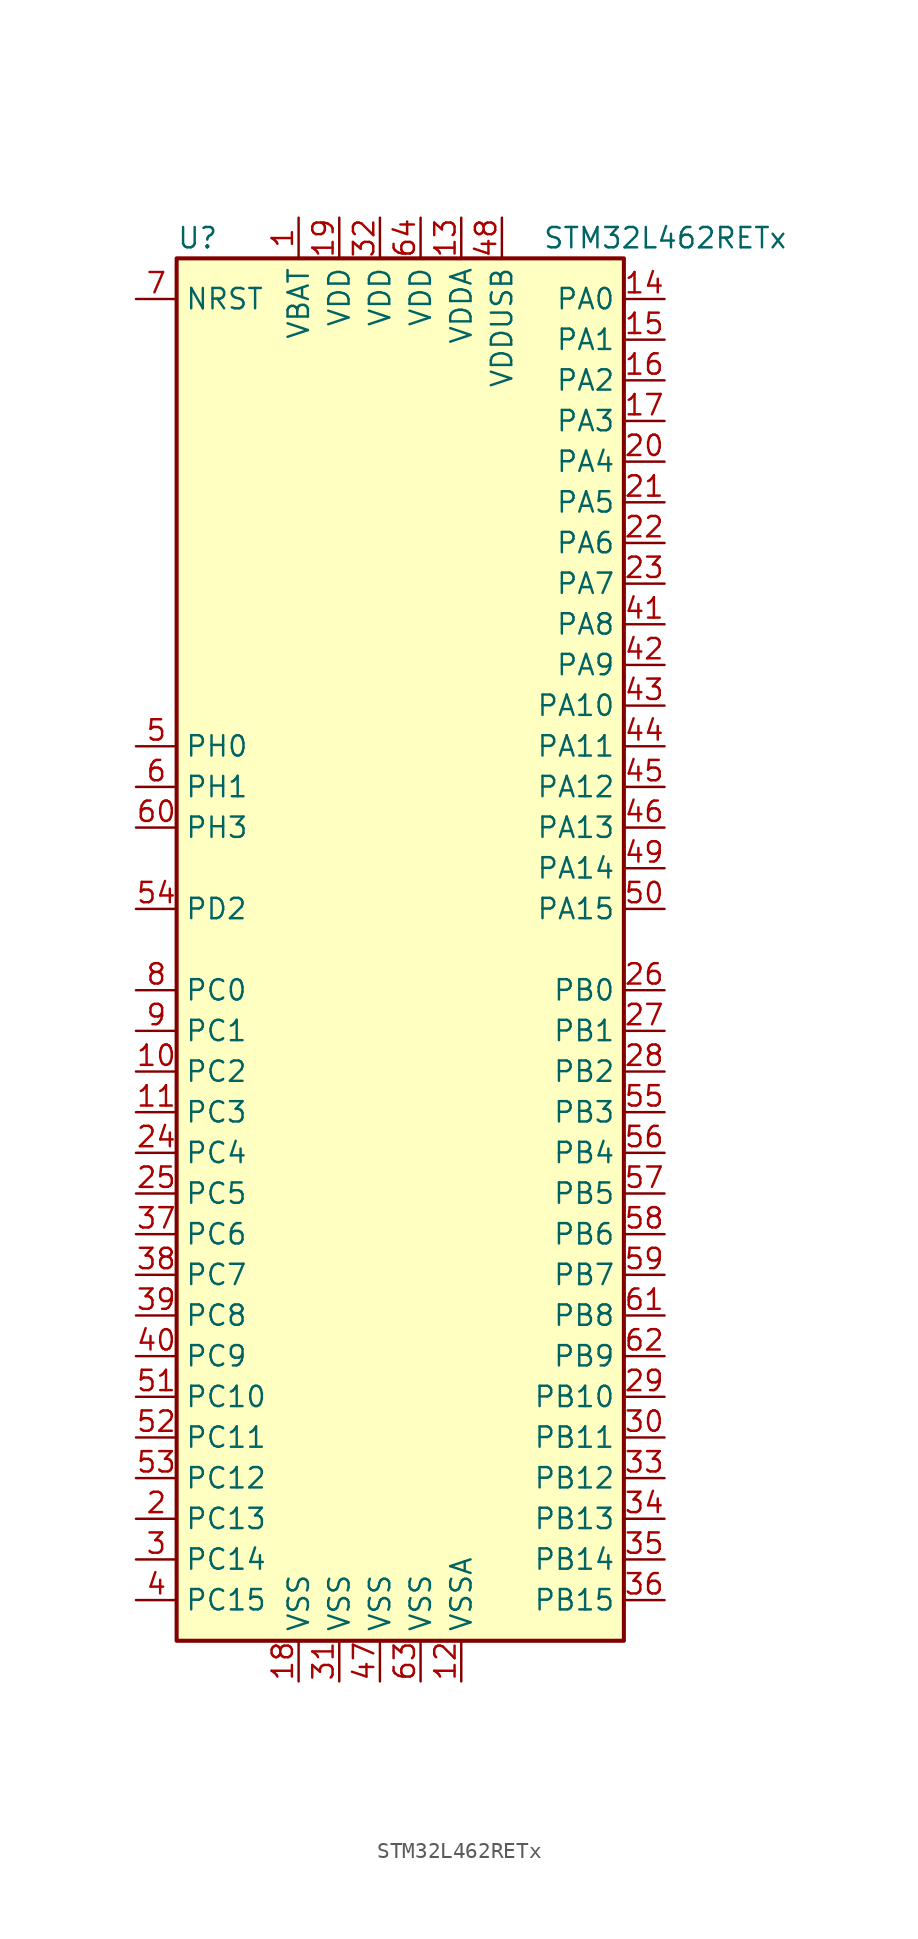
<source format=kicad_sym>
(kicad_symbol_lib
  (version 20201005)
  (generator kicad_symbol_editor)
  (symbol "STM32L462RETx"
    (property "Reference" "U"
      (at -15.24 44.45 0)
      (effects (font (size 1.27 1.27)) (justify left)))
    (property "Value" "STM32L462RETx"
      (at 7.62 44.45 0)
      (effects (font (size 1.27 1.27)) (justify left)))
    (symbol "STM32L462RETx_0_1"
      (rectangle (start -15.24 -43.18) (end 12.7 43.18) (stroke (width 0.254)) (fill (type background))))
    (symbol "STM32L462RETx_1_1"
      (pin power_in line (at -7.62 45.72 270) (length 2.54) (name "VBAT" (effects (font (size 1.27 1.27)))) (number "1" (effects (font (size 1.27 1.27)))))
      (pin bidirectional line (at -17.78 -7.62 0) (length 2.54) (name "PC2" (effects (font (size 1.27 1.27)))) (number "10" (effects (font (size 1.27 1.27)))))
      (pin bidirectional line (at -17.78 -10.16 0) (length 2.54) (name "PC3" (effects (font (size 1.27 1.27)))) (number "11" (effects (font (size 1.27 1.27)))))
      (pin power_in line (at 2.54 -45.72 90) (length 2.54) (name "VSSA" (effects (font (size 1.27 1.27)))) (number "12" (effects (font (size 1.27 1.27)))))
      (pin power_in line (at 2.54 45.72 270) (length 2.54) (name "VDDA" (effects (font (size 1.27 1.27)))) (number "13" (effects (font (size 1.27 1.27)))))
      (pin bidirectional line (at 15.24 40.64 180) (length 2.54) (name "PA0" (effects (font (size 1.27 1.27)))) (number "14" (effects (font (size 1.27 1.27)))))
      (pin bidirectional line (at 15.24 38.1 180) (length 2.54) (name "PA1" (effects (font (size 1.27 1.27)))) (number "15" (effects (font (size 1.27 1.27)))))
      (pin bidirectional line (at 15.24 35.56 180) (length 2.54) (name "PA2" (effects (font (size 1.27 1.27)))) (number "16" (effects (font (size 1.27 1.27)))))
      (pin bidirectional line (at 15.24 33.02 180) (length 2.54) (name "PA3" (effects (font (size 1.27 1.27)))) (number "17" (effects (font (size 1.27 1.27)))))
      (pin power_in line (at -7.62 -45.72 90) (length 2.54) (name "VSS" (effects (font (size 1.27 1.27)))) (number "18" (effects (font (size 1.27 1.27)))))
      (pin power_in line (at -5.08 45.72 270) (length 2.54) (name "VDD" (effects (font (size 1.27 1.27)))) (number "19" (effects (font (size 1.27 1.27)))))
      (pin bidirectional line (at -17.78 -35.56 0) (length 2.54) (name "PC13" (effects (font (size 1.27 1.27)))) (number "2" (effects (font (size 1.27 1.27)))))
      (pin bidirectional line (at 15.24 30.48 180) (length 2.54) (name "PA4" (effects (font (size 1.27 1.27)))) (number "20" (effects (font (size 1.27 1.27)))))
      (pin bidirectional line (at 15.24 27.94 180) (length 2.54) (name "PA5" (effects (font (size 1.27 1.27)))) (number "21" (effects (font (size 1.27 1.27)))))
      (pin bidirectional line (at 15.24 25.4 180) (length 2.54) (name "PA6" (effects (font (size 1.27 1.27)))) (number "22" (effects (font (size 1.27 1.27)))))
      (pin bidirectional line (at 15.24 22.86 180) (length 2.54) (name "PA7" (effects (font (size 1.27 1.27)))) (number "23" (effects (font (size 1.27 1.27)))))
      (pin bidirectional line (at -17.78 -12.7 0) (length 2.54) (name "PC4" (effects (font (size 1.27 1.27)))) (number "24" (effects (font (size 1.27 1.27)))))
      (pin bidirectional line (at -17.78 -15.24 0) (length 2.54) (name "PC5" (effects (font (size 1.27 1.27)))) (number "25" (effects (font (size 1.27 1.27)))))
      (pin bidirectional line (at 15.24 -2.54 180) (length 2.54) (name "PB0" (effects (font (size 1.27 1.27)))) (number "26" (effects (font (size 1.27 1.27)))))
      (pin bidirectional line (at 15.24 -5.08 180) (length 2.54) (name "PB1" (effects (font (size 1.27 1.27)))) (number "27" (effects (font (size 1.27 1.27)))))
      (pin bidirectional line (at 15.24 -7.62 180) (length 2.54) (name "PB2" (effects (font (size 1.27 1.27)))) (number "28" (effects (font (size 1.27 1.27)))))
      (pin bidirectional line (at 15.24 -27.94 180) (length 2.54) (name "PB10" (effects (font (size 1.27 1.27)))) (number "29" (effects (font (size 1.27 1.27)))))
      (pin bidirectional line (at -17.78 -38.1 0) (length 2.54) (name "PC14" (effects (font (size 1.27 1.27)))) (number "3" (effects (font (size 1.27 1.27)))))
      (pin bidirectional line (at 15.24 -30.48 180) (length 2.54) (name "PB11" (effects (font (size 1.27 1.27)))) (number "30" (effects (font (size 1.27 1.27)))))
      (pin power_in line (at -5.08 -45.72 90) (length 2.54) (name "VSS" (effects (font (size 1.27 1.27)))) (number "31" (effects (font (size 1.27 1.27)))))
      (pin power_in line (at -2.54 45.72 270) (length 2.54) (name "VDD" (effects (font (size 1.27 1.27)))) (number "32" (effects (font (size 1.27 1.27)))))
      (pin bidirectional line (at 15.24 -33.02 180) (length 2.54) (name "PB12" (effects (font (size 1.27 1.27)))) (number "33" (effects (font (size 1.27 1.27)))))
      (pin bidirectional line (at 15.24 -35.56 180) (length 2.54) (name "PB13" (effects (font (size 1.27 1.27)))) (number "34" (effects (font (size 1.27 1.27)))))
      (pin bidirectional line (at 15.24 -38.1 180) (length 2.54) (name "PB14" (effects (font (size 1.27 1.27)))) (number "35" (effects (font (size 1.27 1.27)))))
      (pin bidirectional line (at 15.24 -40.64 180) (length 2.54) (name "PB15" (effects (font (size 1.27 1.27)))) (number "36" (effects (font (size 1.27 1.27)))))
      (pin bidirectional line (at -17.78 -17.78 0) (length 2.54) (name "PC6" (effects (font (size 1.27 1.27)))) (number "37" (effects (font (size 1.27 1.27)))))
      (pin bidirectional line (at -17.78 -20.32 0) (length 2.54) (name "PC7" (effects (font (size 1.27 1.27)))) (number "38" (effects (font (size 1.27 1.27)))))
      (pin bidirectional line (at -17.78 -22.86 0) (length 2.54) (name "PC8" (effects (font (size 1.27 1.27)))) (number "39" (effects (font (size 1.27 1.27)))))
      (pin bidirectional line (at -17.78 -40.64 0) (length 2.54) (name "PC15" (effects (font (size 1.27 1.27)))) (number "4" (effects (font (size 1.27 1.27)))))
      (pin bidirectional line (at -17.78 -25.4 0) (length 2.54) (name "PC9" (effects (font (size 1.27 1.27)))) (number "40" (effects (font (size 1.27 1.27)))))
      (pin bidirectional line (at 15.24 20.32 180) (length 2.54) (name "PA8" (effects (font (size 1.27 1.27)))) (number "41" (effects (font (size 1.27 1.27)))))
      (pin bidirectional line (at 15.24 17.78 180) (length 2.54) (name "PA9" (effects (font (size 1.27 1.27)))) (number "42" (effects (font (size 1.27 1.27)))))
      (pin bidirectional line (at 15.24 15.24 180) (length 2.54) (name "PA10" (effects (font (size 1.27 1.27)))) (number "43" (effects (font (size 1.27 1.27)))))
      (pin bidirectional line (at 15.24 12.7 180) (length 2.54) (name "PA11" (effects (font (size 1.27 1.27)))) (number "44" (effects (font (size 1.27 1.27)))))
      (pin bidirectional line (at 15.24 10.16 180) (length 2.54) (name "PA12" (effects (font (size 1.27 1.27)))) (number "45" (effects (font (size 1.27 1.27)))))
      (pin bidirectional line (at 15.24 7.62 180) (length 2.54) (name "PA13" (effects (font (size 1.27 1.27)))) (number "46" (effects (font (size 1.27 1.27)))))
      (pin power_in line (at -2.54 -45.72 90) (length 2.54) (name "VSS" (effects (font (size 1.27 1.27)))) (number "47" (effects (font (size 1.27 1.27)))))
      (pin power_in line (at 5.08 45.72 270) (length 2.54) (name "VDDUSB" (effects (font (size 1.27 1.27)))) (number "48" (effects (font (size 1.27 1.27)))))
      (pin bidirectional line (at 15.24 5.08 180) (length 2.54) (name "PA14" (effects (font (size 1.27 1.27)))) (number "49" (effects (font (size 1.27 1.27)))))
      (pin input line (at -17.78 12.7 0) (length 2.54) (name "PH0" (effects (font (size 1.27 1.27)))) (number "5" (effects (font (size 1.27 1.27)))))
      (pin bidirectional line (at 15.24 2.54 180) (length 2.54) (name "PA15" (effects (font (size 1.27 1.27)))) (number "50" (effects (font (size 1.27 1.27)))))
      (pin bidirectional line (at -17.78 -27.94 0) (length 2.54) (name "PC10" (effects (font (size 1.27 1.27)))) (number "51" (effects (font (size 1.27 1.27)))))
      (pin bidirectional line (at -17.78 -30.48 0) (length 2.54) (name "PC11" (effects (font (size 1.27 1.27)))) (number "52" (effects (font (size 1.27 1.27)))))
      (pin bidirectional line (at -17.78 -33.02 0) (length 2.54) (name "PC12" (effects (font (size 1.27 1.27)))) (number "53" (effects (font (size 1.27 1.27)))))
      (pin bidirectional line (at -17.78 2.54 0) (length 2.54) (name "PD2" (effects (font (size 1.27 1.27)))) (number "54" (effects (font (size 1.27 1.27)))))
      (pin bidirectional line (at 15.24 -10.16 180) (length 2.54) (name "PB3" (effects (font (size 1.27 1.27)))) (number "55" (effects (font (size 1.27 1.27)))))
      (pin bidirectional line (at 15.24 -12.7 180) (length 2.54) (name "PB4" (effects (font (size 1.27 1.27)))) (number "56" (effects (font (size 1.27 1.27)))))
      (pin bidirectional line (at 15.24 -15.24 180) (length 2.54) (name "PB5" (effects (font (size 1.27 1.27)))) (number "57" (effects (font (size 1.27 1.27)))))
      (pin bidirectional line (at 15.24 -17.78 180) (length 2.54) (name "PB6" (effects (font (size 1.27 1.27)))) (number "58" (effects (font (size 1.27 1.27)))))
      (pin bidirectional line (at 15.24 -20.32 180) (length 2.54) (name "PB7" (effects (font (size 1.27 1.27)))) (number "59" (effects (font (size 1.27 1.27)))))
      (pin input line (at -17.78 10.16 0) (length 2.54) (name "PH1" (effects (font (size 1.27 1.27)))) (number "6" (effects (font (size 1.27 1.27)))))
      (pin bidirectional line (at -17.78 7.62 0) (length 2.54) (name "PH3" (effects (font (size 1.27 1.27)))) (number "60" (effects (font (size 1.27 1.27)))))
      (pin bidirectional line (at 15.24 -22.86 180) (length 2.54) (name "PB8" (effects (font (size 1.27 1.27)))) (number "61" (effects (font (size 1.27 1.27)))))
      (pin bidirectional line (at 15.24 -25.4 180) (length 2.54) (name "PB9" (effects (font (size 1.27 1.27)))) (number "62" (effects (font (size 1.27 1.27)))))
      (pin power_in line (at 0 -45.72 90) (length 2.54) (name "VSS" (effects (font (size 1.27 1.27)))) (number "63" (effects (font (size 1.27 1.27)))))
      (pin power_in line (at 0 45.72 270) (length 2.54) (name "VDD" (effects (font (size 1.27 1.27)))) (number "64" (effects (font (size 1.27 1.27)))))
      (pin input line (at -17.78 40.64 0) (length 2.54) (name "NRST" (effects (font (size 1.27 1.27)))) (number "7" (effects (font (size 1.27 1.27)))))
      (pin bidirectional line (at -17.78 -2.54 0) (length 2.54) (name "PC0" (effects (font (size 1.27 1.27)))) (number "8" (effects (font (size 1.27 1.27)))))
      (pin bidirectional line (at -17.78 -5.08 0) (length 2.54) (name "PC1" (effects (font (size 1.27 1.27)))) (number "9" (effects (font (size 1.27 1.27))))))))
</source>
